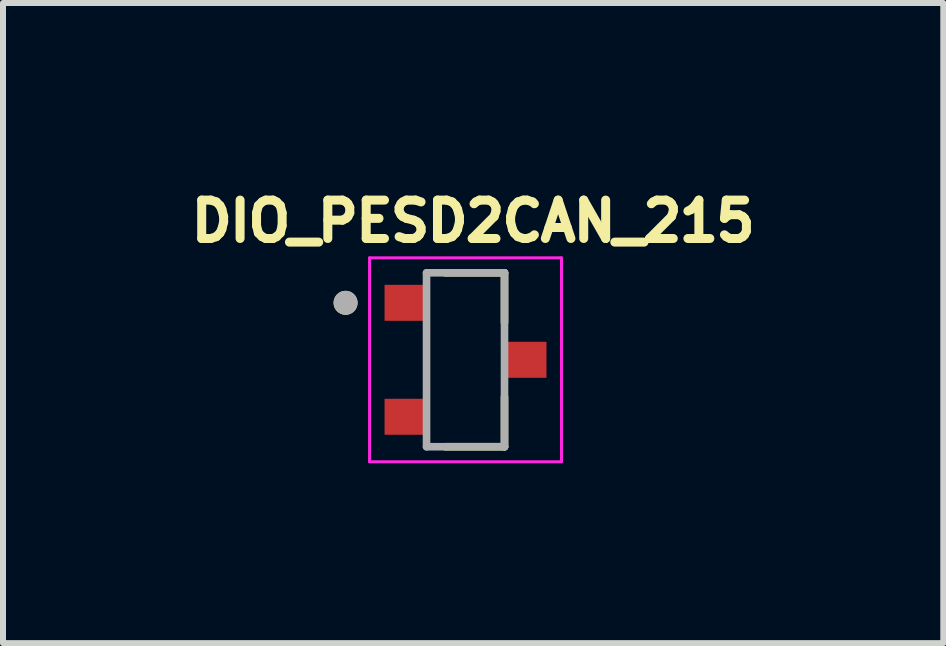
<source format=kicad_pcb>
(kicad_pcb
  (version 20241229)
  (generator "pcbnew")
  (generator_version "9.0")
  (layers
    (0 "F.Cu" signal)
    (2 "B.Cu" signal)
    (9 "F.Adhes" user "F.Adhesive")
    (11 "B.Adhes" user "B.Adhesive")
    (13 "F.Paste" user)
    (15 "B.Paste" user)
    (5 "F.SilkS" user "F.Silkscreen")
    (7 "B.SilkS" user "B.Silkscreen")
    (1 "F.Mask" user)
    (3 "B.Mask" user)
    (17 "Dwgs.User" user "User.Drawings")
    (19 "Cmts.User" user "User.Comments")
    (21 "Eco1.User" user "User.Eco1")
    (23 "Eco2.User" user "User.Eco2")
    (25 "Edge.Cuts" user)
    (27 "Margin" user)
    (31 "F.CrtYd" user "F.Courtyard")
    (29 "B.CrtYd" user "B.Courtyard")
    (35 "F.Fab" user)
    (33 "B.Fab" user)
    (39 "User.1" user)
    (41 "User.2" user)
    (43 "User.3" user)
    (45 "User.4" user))
  (footprint "DIO_PESD2CAN_215"
    (layer "F.Cu")
    (at 4.712 2.949)
    (property "Reference" "DIO_PESD2CAN_215" (at 0.127 -2.311 0) (layer "F.SilkS") (effects (font (size 0.64 0.64) (thickness 0.15))))
    (attr smd)
    (fp_poly (pts (xy -1.35 -1.25) (xy -0.65 -1.25) (xy -0.65 -0.65) (xy -1.35 -0.65)) (stroke (width 0.01) (type solid)) (fill yes) (layer "F.Mask"))
    (fp_poly (pts (xy -1.35 0.65) (xy -0.65 0.65) (xy -0.65 1.25) (xy -1.35 1.25)) (stroke (width 0.01) (type solid)) (fill yes) (layer "F.Mask"))
    (fp_poly (pts (xy 0.65 -0.3) (xy 1.35 -0.3) (xy 1.35 0.3) (xy 0.65 0.3)) (stroke (width 0.01) (type solid)) (fill yes) (layer "F.Mask"))
    (fp_line (start -0.337 -1.45) (end 0.65 -1.45) (stroke (width 0.127) (type solid)) (layer "F.SilkS"))
    (fp_line (start 0.65 -1.45) (end 0.65 -0.62) (stroke (width 0.127) (type solid)) (layer "F.SilkS"))
    (fp_line (start 0.65 0.62) (end 0.65 1.45) (stroke (width 0.127) (type solid)) (layer "F.SilkS"))
    (fp_line (start 0.65 1.45) (end -0.337 1.45) (stroke (width 0.127) (type solid)) (layer "F.SilkS"))
    (fp_circle (center -2 -0.95) (end -1.9 -0.95) (stroke (width 0.2) (type solid)) (fill no) (layer "F.SilkS"))
    (fp_poly (pts (xy -1.3 -1.2) (xy -0.7 -1.2) (xy -0.7 -0.7) (xy -1.3 -0.7)) (stroke (width 0.01) (type solid)) (fill yes) (layer "F.Paste"))
    (fp_poly (pts (xy -1.3 0.7) (xy -0.7 0.7) (xy -0.7 1.2) (xy -1.3 1.2)) (stroke (width 0.01) (type solid)) (fill yes) (layer "F.Paste"))
    (fp_poly (pts (xy 0.7 -0.25) (xy 1.3 -0.25) (xy 1.3 0.25) (xy 0.7 0.25)) (stroke (width 0.01) (type solid)) (fill yes) (layer "F.Paste"))
    (fp_line (start -1.6 -1.7) (end 1.6 -1.7) (stroke (width 0.05) (type solid)) (layer "F.CrtYd"))
    (fp_line (start -1.6 1.7) (end -1.6 -1.7) (stroke (width 0.05) (type solid)) (layer "F.CrtYd"))
    (fp_line (start 1.6 -1.7) (end 1.6 1.7) (stroke (width 0.05) (type solid)) (layer "F.CrtYd"))
    (fp_line (start 1.6 1.7) (end -1.6 1.7) (stroke (width 0.05) (type solid)) (layer "F.CrtYd"))
    (fp_line (start -0.65 -1.45) (end 0.65 -1.45) (stroke (width 0.127) (type solid)) (layer "F.Fab"))
    (fp_line (start -0.65 1.45) (end -0.65 -1.45) (stroke (width 0.127) (type solid)) (layer "F.Fab"))
    (fp_line (start 0.65 -1.45) (end 0.65 1.45) (stroke (width 0.127) (type solid)) (layer "F.Fab"))
    (fp_line (start 0.65 1.45) (end -0.65 1.45) (stroke (width 0.127) (type solid)) (layer "F.Fab"))
    (fp_circle (center -2 -0.95) (end -1.9 -0.95) (stroke (width 0.2) (type solid)) (fill no) (layer "F.Fab"))
    (pad "1" smd rect (at -1 -0.95) (size 0.7 0.6) (layers "F.Cu"))
    (pad "2" smd rect (at -1 0.95) (size 0.7 0.6) (layers "F.Cu"))
    (pad "3" smd rect (at 1 0) (size 0.7 0.6) (layers "F.Cu")))
  (gr_rect
    (start -3 -3)
    (end 12.678 7.674)
    (stroke (width 0.1) (type default))
    (fill no)
    (layer "Edge.Cuts")))
</source>
